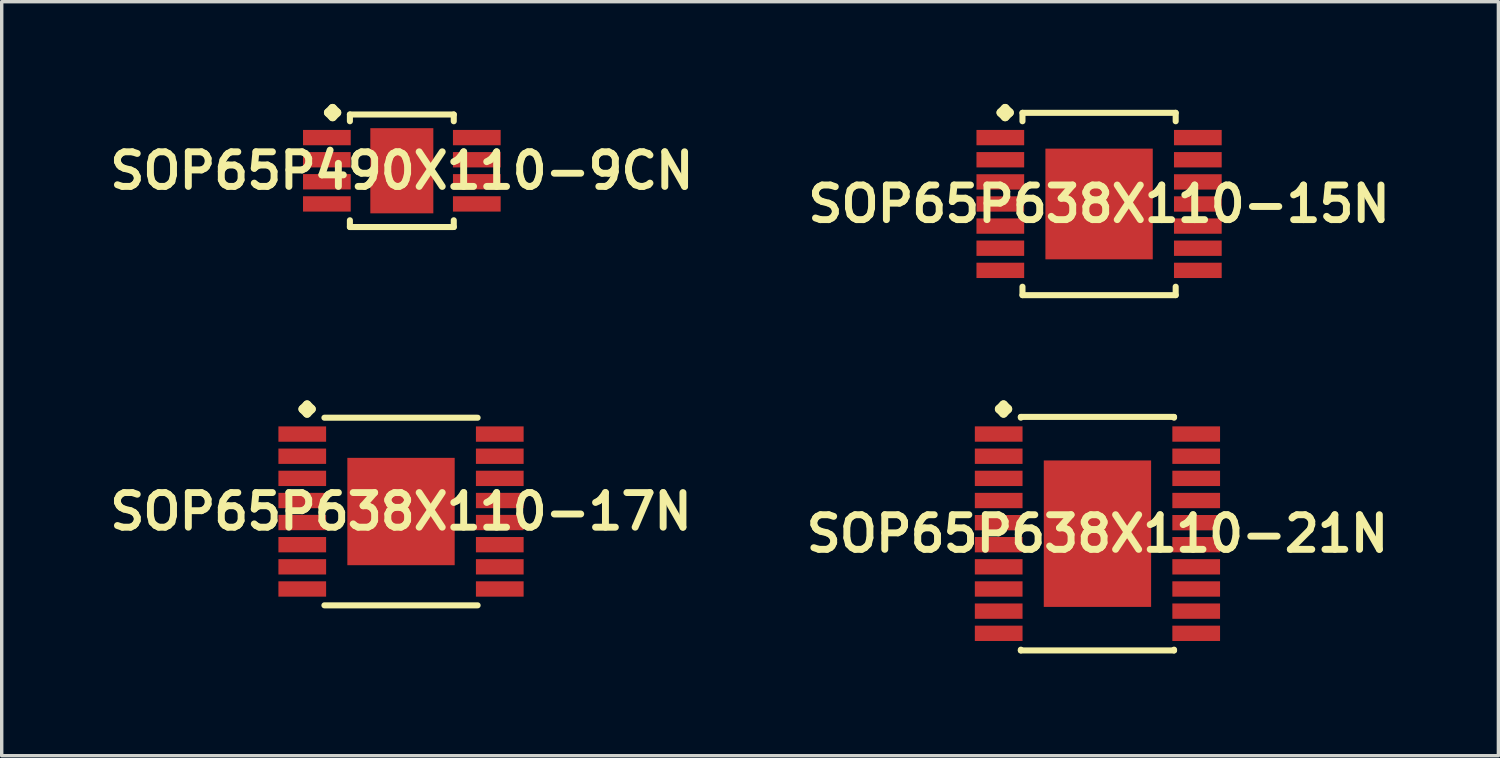
<source format=kicad_pcb>
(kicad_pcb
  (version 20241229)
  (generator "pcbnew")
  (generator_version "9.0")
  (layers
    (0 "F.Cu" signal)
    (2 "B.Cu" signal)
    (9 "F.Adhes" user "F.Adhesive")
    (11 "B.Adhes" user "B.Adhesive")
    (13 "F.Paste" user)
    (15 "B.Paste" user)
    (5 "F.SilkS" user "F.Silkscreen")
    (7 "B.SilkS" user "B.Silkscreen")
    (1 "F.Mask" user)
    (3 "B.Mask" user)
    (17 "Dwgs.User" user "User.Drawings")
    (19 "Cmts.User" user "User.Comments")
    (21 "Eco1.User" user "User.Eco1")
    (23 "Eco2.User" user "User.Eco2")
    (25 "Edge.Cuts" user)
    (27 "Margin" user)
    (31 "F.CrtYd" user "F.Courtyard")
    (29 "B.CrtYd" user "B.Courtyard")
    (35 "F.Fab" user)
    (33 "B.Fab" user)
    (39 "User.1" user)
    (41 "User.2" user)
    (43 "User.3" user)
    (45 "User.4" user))
  (footprint "SOP65P638X110-17N"
    (layer "F.Cu")
    (at 8.718 11.961)
    (property "Reference" "SOP65P638X110-17N" (at 0 0 0) (layer "F.SilkS") (effects (font (size 1.016 1.016) (thickness 0.203))))
    (attr smd)
    (fp_line (start -2.883 -3.007) (end -2.756 -3.134) (stroke (width 0.254) (type solid)) (layer "F.SilkS"))
    (fp_line (start -2.756 -3.134) (end -2.629 -3.007) (stroke (width 0.254) (type solid)) (layer "F.SilkS"))
    (fp_line (start -2.756 -2.88) (end -2.883 -3.007) (stroke (width 0.254) (type solid)) (layer "F.SilkS"))
    (fp_line (start -2.629 -3.007) (end -2.756 -2.88) (stroke (width 0.254) (type solid)) (layer "F.SilkS"))
    (fp_line (start -2.248 -2.753) (end 2.248 -2.753) (stroke (width 0.178) (type solid)) (layer "F.SilkS"))
    (fp_line (start -2.248 2.753) (end 2.248 2.753) (stroke (width 0.178) (type solid)) (layer "F.SilkS"))
    (pad "1" smd rect (at -2.898 -2.273) (size 1.4 0.45) (layers "F.Cu" "F.Mask" "F.Paste"))
    (pad "2" smd rect (at -2.898 -1.623) (size 1.4 0.45) (layers "F.Cu" "F.Mask" "F.Paste"))
    (pad "3" smd rect (at -2.898 -0.973) (size 1.4 0.45) (layers "F.Cu" "F.Mask" "F.Paste"))
    (pad "4" smd rect (at -2.898 -0.323) (size 1.4 0.45) (layers "F.Cu" "F.Mask" "F.Paste"))
    (pad "5" smd rect (at -2.898 0.323) (size 1.4 0.45) (layers "F.Cu" "F.Mask" "F.Paste"))
    (pad "6" smd rect (at -2.898 0.973) (size 1.4 0.45) (layers "F.Cu" "F.Mask" "F.Paste"))
    (pad "7" smd rect (at -2.898 1.623) (size 1.4 0.45) (layers "F.Cu" "F.Mask" "F.Paste"))
    (pad "8" smd rect (at -2.898 2.273) (size 1.4 0.45) (layers "F.Cu" "F.Mask" "F.Paste"))
    (pad "9" smd rect (at 2.898 2.273) (size 1.4 0.45) (layers "F.Cu" "F.Mask" "F.Paste"))
    (pad "10" smd rect (at 2.898 1.623) (size 1.4 0.45) (layers "F.Cu" "F.Mask" "F.Paste"))
    (pad "11" smd rect (at 2.898 0.973) (size 1.4 0.45) (layers "F.Cu" "F.Mask" "F.Paste"))
    (pad "12" smd rect (at 2.898 0.323) (size 1.4 0.45) (layers "F.Cu" "F.Mask" "F.Paste"))
    (pad "13" smd rect (at 2.898 -0.323) (size 1.4 0.45) (layers "F.Cu" "F.Mask" "F.Paste"))
    (pad "14" smd rect (at 2.898 -0.973) (size 1.4 0.45) (layers "F.Cu" "F.Mask" "F.Paste"))
    (pad "15" smd rect (at 2.898 -1.623) (size 1.4 0.45) (layers "F.Cu" "F.Mask" "F.Paste"))
    (pad "16" smd rect (at 2.898 -2.273) (size 1.4 0.45) (layers "F.Cu" "F.Mask" "F.Paste"))
    (pad "17" smd rect (at 0 0) (size 3.15 3.15) (layers "F.Cu" "F.Mask" "F.Paste")))
  (footprint "SOP65P638X110-15N"
    (layer "F.Cu")
    (at 29.203 2.936)
    (property "Reference" "SOP65P638X110-15N" (at 0 0 0) (layer "F.SilkS") (effects (font (size 1.016 1.016) (thickness 0.203))))
    (attr smd)
    (fp_line (start -2.883 -2.682) (end -2.756 -2.809) (stroke (width 0.254) (type solid)) (layer "F.SilkS"))
    (fp_line (start -2.756 -2.809) (end -2.629 -2.682) (stroke (width 0.254) (type solid)) (layer "F.SilkS"))
    (fp_line (start -2.756 -2.555) (end -2.883 -2.682) (stroke (width 0.254) (type solid)) (layer "F.SilkS"))
    (fp_line (start -2.629 -2.682) (end -2.756 -2.555) (stroke (width 0.254) (type solid)) (layer "F.SilkS"))
    (fp_line (start -2.248 -2.675) (end 2.248 -2.675) (stroke (width 0.178) (type solid)) (layer "F.SilkS"))
    (fp_line (start -2.248 -2.428) (end -2.248 -2.675) (stroke (width 0.178) (type solid)) (layer "F.SilkS"))
    (fp_line (start -2.248 2.428) (end -2.248 2.675) (stroke (width 0.178) (type solid)) (layer "F.SilkS"))
    (fp_line (start -2.248 2.675) (end 2.248 2.675) (stroke (width 0.178) (type solid)) (layer "F.SilkS"))
    (fp_line (start 2.248 -2.675) (end 2.248 -2.428) (stroke (width 0.178) (type solid)) (layer "F.SilkS"))
    (fp_line (start 2.248 2.675) (end 2.248 2.428) (stroke (width 0.178) (type solid)) (layer "F.SilkS"))
    (pad "1" smd rect (at -2.898 -1.948) (size 1.4 0.45) (layers "F.Cu" "F.Mask" "F.Paste"))
    (pad "2" smd rect (at -2.898 -1.298) (size 1.4 0.45) (layers "F.Cu" "F.Mask" "F.Paste"))
    (pad "3" smd rect (at -2.898 -0.648) (size 1.4 0.45) (layers "F.Cu" "F.Mask" "F.Paste"))
    (pad "4" smd rect (at -2.898 0) (size 1.4 0.45) (layers "F.Cu" "F.Mask" "F.Paste"))
    (pad "5" smd rect (at -2.898 0.648) (size 1.4 0.45) (layers "F.Cu" "F.Mask" "F.Paste"))
    (pad "6" smd rect (at -2.898 1.298) (size 1.4 0.45) (layers "F.Cu" "F.Mask" "F.Paste"))
    (pad "7" smd rect (at -2.898 1.948) (size 1.4 0.45) (layers "F.Cu" "F.Mask" "F.Paste"))
    (pad "8" smd rect (at 2.898 1.948) (size 1.4 0.45) (layers "F.Cu" "F.Mask" "F.Paste"))
    (pad "9" smd rect (at 2.898 1.298) (size 1.4 0.45) (layers "F.Cu" "F.Mask" "F.Paste"))
    (pad "10" smd rect (at 2.898 0.648) (size 1.4 0.45) (layers "F.Cu" "F.Mask" "F.Paste"))
    (pad "11" smd rect (at 2.898 0) (size 1.4 0.45) (layers "F.Cu" "F.Mask" "F.Paste"))
    (pad "12" smd rect (at 2.898 -0.648) (size 1.4 0.45) (layers "F.Cu" "F.Mask" "F.Paste"))
    (pad "13" smd rect (at 2.898 -1.298) (size 1.4 0.45) (layers "F.Cu" "F.Mask" "F.Paste"))
    (pad "14" smd rect (at 2.898 -1.948) (size 1.4 0.45) (layers "F.Cu" "F.Mask" "F.Paste"))
    (pad "15" smd rect (at 0 0) (size 3.15 3.249) (layers "F.Cu" "F.Mask" "F.Paste")))
  (footprint "SOP65P638X110-21N"
    (layer "F.Cu")
    (at 29.155 12.611)
    (property "Reference" "SOP65P638X110-21N" (at 0 0 0) (layer "F.SilkS") (effects (font (size 1.016 1.016) (thickness 0.203))))
    (attr smd)
    (fp_line (start -2.883 -3.658) (end -2.756 -3.785) (stroke (width 0.254) (type solid)) (layer "F.SilkS"))
    (fp_line (start -2.756 -3.785) (end -2.629 -3.658) (stroke (width 0.254) (type solid)) (layer "F.SilkS"))
    (fp_line (start -2.756 -3.531) (end -2.883 -3.658) (stroke (width 0.254) (type solid)) (layer "F.SilkS"))
    (fp_line (start -2.629 -3.658) (end -2.756 -3.531) (stroke (width 0.254) (type solid)) (layer "F.SilkS"))
    (fp_line (start -2.248 -3.426) (end 2.248 -3.426) (stroke (width 0.178) (type solid)) (layer "F.SilkS"))
    (fp_line (start -2.248 -3.404) (end -2.248 -3.426) (stroke (width 0.178) (type solid)) (layer "F.SilkS"))
    (fp_line (start -2.248 3.404) (end -2.248 3.426) (stroke (width 0.178) (type solid)) (layer "F.SilkS"))
    (fp_line (start -2.248 3.426) (end 2.248 3.426) (stroke (width 0.178) (type solid)) (layer "F.SilkS"))
    (fp_line (start 2.248 -3.426) (end 2.248 -3.404) (stroke (width 0.178) (type solid)) (layer "F.SilkS"))
    (fp_line (start 2.248 3.426) (end 2.248 3.404) (stroke (width 0.178) (type solid)) (layer "F.SilkS"))
    (pad "1" smd rect (at -2.898 -2.924) (size 1.4 0.45) (layers "F.Cu" "F.Mask" "F.Paste"))
    (pad "2" smd rect (at -2.898 -2.273) (size 1.4 0.45) (layers "F.Cu" "F.Mask" "F.Paste"))
    (pad "3" smd rect (at -2.898 -1.623) (size 1.4 0.45) (layers "F.Cu" "F.Mask" "F.Paste"))
    (pad "4" smd rect (at -2.898 -0.973) (size 1.4 0.45) (layers "F.Cu" "F.Mask" "F.Paste"))
    (pad "5" smd rect (at -2.898 -0.323) (size 1.4 0.45) (layers "F.Cu" "F.Mask" "F.Paste"))
    (pad "6" smd rect (at -2.898 0.323) (size 1.4 0.45) (layers "F.Cu" "F.Mask" "F.Paste"))
    (pad "7" smd rect (at -2.898 0.973) (size 1.4 0.45) (layers "F.Cu" "F.Mask" "F.Paste"))
    (pad "8" smd rect (at -2.898 1.623) (size 1.4 0.45) (layers "F.Cu" "F.Mask" "F.Paste"))
    (pad "9" smd rect (at -2.898 2.273) (size 1.4 0.45) (layers "F.Cu" "F.Mask" "F.Paste"))
    (pad "10" smd rect (at -2.898 2.924) (size 1.4 0.45) (layers "F.Cu" "F.Mask" "F.Paste"))
    (pad "11" smd rect (at 2.898 2.924) (size 1.4 0.45) (layers "F.Cu" "F.Mask" "F.Paste"))
    (pad "12" smd rect (at 2.898 2.273) (size 1.4 0.45) (layers "F.Cu" "F.Mask" "F.Paste"))
    (pad "13" smd rect (at 2.898 1.623) (size 1.4 0.45) (layers "F.Cu" "F.Mask" "F.Paste"))
    (pad "14" smd rect (at 2.898 0.973) (size 1.4 0.45) (layers "F.Cu" "F.Mask" "F.Paste"))
    (pad "15" smd rect (at 2.898 0.323) (size 1.4 0.45) (layers "F.Cu" "F.Mask" "F.Paste"))
    (pad "16" smd rect (at 2.898 -0.323) (size 1.4 0.45) (layers "F.Cu" "F.Mask" "F.Paste"))
    (pad "17" smd rect (at 2.898 -0.973) (size 1.4 0.45) (layers "F.Cu" "F.Mask" "F.Paste"))
    (pad "18" smd rect (at 2.898 -1.623) (size 1.4 0.45) (layers "F.Cu" "F.Mask" "F.Paste"))
    (pad "19" smd rect (at 2.898 -2.273) (size 1.4 0.45) (layers "F.Cu" "F.Mask" "F.Paste"))
    (pad "20" smd rect (at 2.898 -2.924) (size 1.4 0.45) (layers "F.Cu" "F.Mask" "F.Paste"))
    (pad "21" smd rect (at 0 0) (size 3.15 4.298) (layers "F.Cu" "F.Mask" "F.Paste")))
  (footprint "SOP65P490X110-9CN"
    (layer "F.Cu")
    (at 8.742 1.961)
    (property "Reference" "SOP65P490X110-9CN" (at 0 0 0) (layer "F.SilkS") (effects (font (size 1.016 1.016) (thickness 0.203))))
    (attr smd)
    (fp_line (start -2.159 -1.707) (end -2.032 -1.834) (stroke (width 0.254) (type solid)) (layer "F.SilkS"))
    (fp_line (start -2.032 -1.834) (end -1.905 -1.707) (stroke (width 0.254) (type solid)) (layer "F.SilkS"))
    (fp_line (start -2.032 -1.58) (end -2.159 -1.707) (stroke (width 0.254) (type solid)) (layer "F.SilkS"))
    (fp_line (start -1.905 -1.707) (end -2.032 -1.58) (stroke (width 0.254) (type solid)) (layer "F.SilkS"))
    (fp_line (start -1.524 -1.651) (end 1.524 -1.651) (stroke (width 0.178) (type solid)) (layer "F.SilkS"))
    (fp_line (start -1.524 -1.453) (end -1.524 -1.651) (stroke (width 0.178) (type solid)) (layer "F.SilkS"))
    (fp_line (start -1.524 1.453) (end -1.524 1.651) (stroke (width 0.178) (type solid)) (layer "F.SilkS"))
    (fp_line (start -1.524 1.651) (end 1.524 1.651) (stroke (width 0.178) (type solid)) (layer "F.SilkS"))
    (fp_line (start 1.524 -1.651) (end 1.524 -1.453) (stroke (width 0.178) (type solid)) (layer "F.SilkS"))
    (fp_line (start 1.524 1.651) (end 1.524 1.453) (stroke (width 0.178) (type solid)) (layer "F.SilkS"))
    (pad "1" smd rect (at -2.2 -0.973) (size 1.4 0.45) (layers "F.Cu" "F.Mask" "F.Paste"))
    (pad "2" smd rect (at -2.2 -0.323) (size 1.4 0.45) (layers "F.Cu" "F.Mask" "F.Paste"))
    (pad "3" smd rect (at -2.2 0.323) (size 1.4 0.45) (layers "F.Cu" "F.Mask" "F.Paste"))
    (pad "4" smd rect (at -2.2 0.973) (size 1.4 0.45) (layers "F.Cu" "F.Mask" "F.Paste"))
    (pad "5" smd rect (at 2.2 0.973) (size 1.4 0.45) (layers "F.Cu" "F.Mask" "F.Paste"))
    (pad "6" smd rect (at 2.2 0.323) (size 1.4 0.45) (layers "F.Cu" "F.Mask" "F.Paste"))
    (pad "7" smd rect (at 2.2 -0.323) (size 1.4 0.45) (layers "F.Cu" "F.Mask" "F.Paste"))
    (pad "8" smd rect (at 2.2 -0.973) (size 1.4 0.45) (layers "F.Cu" "F.Mask" "F.Paste"))
    (pad "9" smd rect (at 0 0) (size 1.849 2.499) (layers "F.Cu" "F.Mask" "F.Paste")))
  (gr_rect
    (start -3 -3)
    (end 40.921 19.127)
    (stroke (width 0.1) (type default))
    (fill no)
    (layer "Edge.Cuts")))
</source>
